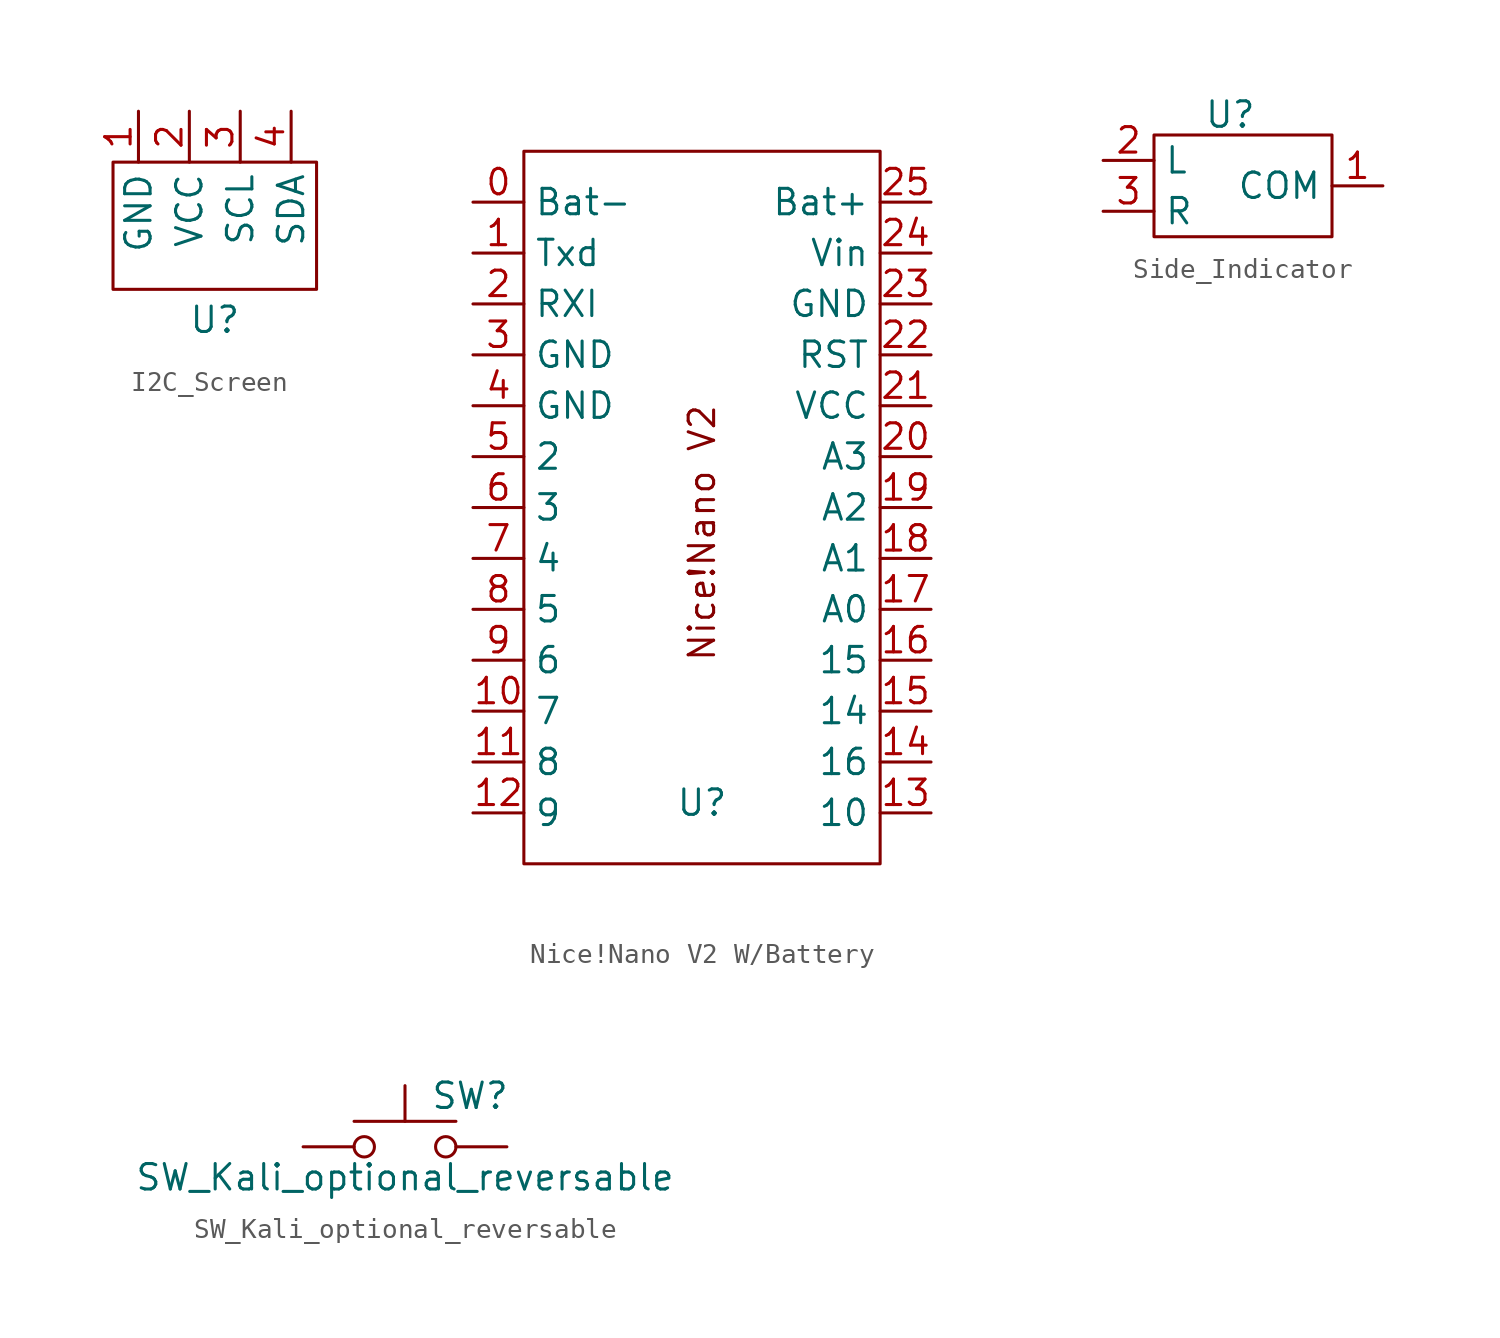
<source format=kicad_sym>
(kicad_symbol_lib
  (version 20231120)
  (generator "kicad_symbol_editor")
  (generator_version "8.0")
  (symbol "I2C_Screen"
    (property "Reference" "U"
      (at 0 -4.064 0)
      (effects (font (size 1.27 1.27))))
    (property "Value" ""
      (at 0 0 0)
      (effects (font (size 1.27 1.27))))
    (symbol "I2C_Screen_0_1"
      (rectangle (start -5.08 3.81) (end 5.08 -2.54) (stroke (width 0) (type default)) (fill (type none))))
    (symbol "I2C_Screen_1_1"
      (pin power_in line (at -3.81 6.35 270) (length 2.54) (name "GND" (effects (font (size 1.27 1.27)))) (number "1" (effects (font (size 1.27 1.27)))))
      (pin power_in line (at -1.27 6.35 270) (length 2.54) (name "VCC" (effects (font (size 1.27 1.27)))) (number "2" (effects (font (size 1.27 1.27)))))
      (pin input line (at 1.27 6.35 270) (length 2.54) (name "SCL" (effects (font (size 1.27 1.27)))) (number "3" (effects (font (size 1.27 1.27)))))
      (pin bidirectional line (at 3.81 6.35 270) (length 2.54) (name "SDA" (effects (font (size 1.27 1.27)))) (number "4" (effects (font (size 1.27 1.27)))))))
  (symbol "Nice!Nano V2 W/Battery"
    (property "Reference" "U"
      (at 0 -14.732 0)
      (effects (font (size 1.27 1.27))))
    (property "Value" ""
      (at 0 -1.27 0)
      (effects (font (size 1.27 1.27))))
    (symbol "Nice!Nano V2 W/Battery_0_1"
      (rectangle (start -8.89 17.78) (end 8.89 -17.78) (stroke (width 0) (type default)) (fill (type none))))
    (symbol "Nice!Nano V2 W/Battery_1_1"
      (text "Nice!Nano V2" (at 0 -1.27 900) (effects (font (size 1.27 1.27))))
      (pin power_in line (at -11.43 15.24 0) (length 2.54) (name "Bat-" (effects (font (size 1.27 1.27)))) (number "0" (effects (font (size 1.27 1.27)))))
      (pin bidirectional line (at -11.43 12.7 0) (length 2.54) (name "Txd" (effects (font (size 1.27 1.27)))) (number "1" (effects (font (size 1.27 1.27)))))
      (pin bidirectional line (at -11.43 -10.16 0) (length 2.54) (name "7" (effects (font (size 1.27 1.27)))) (number "10" (effects (font (size 1.27 1.27)))))
      (pin bidirectional line (at -11.43 -12.7 0) (length 2.54) (name "8" (effects (font (size 1.27 1.27)))) (number "11" (effects (font (size 1.27 1.27)))))
      (pin bidirectional line (at -11.43 -15.24 0) (length 2.54) (name "9" (effects (font (size 1.27 1.27)))) (number "12" (effects (font (size 1.27 1.27)))))
      (pin bidirectional line (at 11.43 -15.24 180) (length 2.54) (name "10" (effects (font (size 1.27 1.27)))) (number "13" (effects (font (size 1.27 1.27)))))
      (pin bidirectional line (at 11.43 -12.7 180) (length 2.54) (name "16" (effects (font (size 1.27 1.27)))) (number "14" (effects (font (size 1.27 1.27)))))
      (pin bidirectional line (at 11.43 -10.16 180) (length 2.54) (name "14" (effects (font (size 1.27 1.27)))) (number "15" (effects (font (size 1.27 1.27)))))
      (pin bidirectional line (at 11.43 -7.62 180) (length 2.54) (name "15" (effects (font (size 1.27 1.27)))) (number "16" (effects (font (size 1.27 1.27)))))
      (pin bidirectional line (at 11.43 -5.08 180) (length 2.54) (name "A0" (effects (font (size 1.27 1.27)))) (number "17" (effects (font (size 1.27 1.27)))))
      (pin bidirectional line (at 11.43 -2.54 180) (length 2.54) (name "A1" (effects (font (size 1.27 1.27)))) (number "18" (effects (font (size 1.27 1.27)))))
      (pin bidirectional line (at 11.43 0 180) (length 2.54) (name "A2" (effects (font (size 1.27 1.27)))) (number "19" (effects (font (size 1.27 1.27)))))
      (pin bidirectional line (at -11.43 10.16 0) (length 2.54) (name "RXI" (effects (font (size 1.27 1.27)))) (number "2" (effects (font (size 1.27 1.27)))))
      (pin bidirectional line (at 11.43 2.54 180) (length 2.54) (name "A3" (effects (font (size 1.27 1.27)))) (number "20" (effects (font (size 1.27 1.27)))))
      (pin power_out line (at 11.43 5.08 180) (length 2.54) (name "VCC" (effects (font (size 1.27 1.27)))) (number "21" (effects (font (size 1.27 1.27)))))
      (pin input line (at 11.43 7.62 180) (length 2.54) (name "RST" (effects (font (size 1.27 1.27)))) (number "22" (effects (font (size 1.27 1.27)))))
      (pin power_in line (at 11.43 10.16 180) (length 2.54) (name "GND" (effects (font (size 1.27 1.27)))) (number "23" (effects (font (size 1.27 1.27)))))
      (pin power_in line (at 11.43 12.7 180) (length 2.54) (name "Vin" (effects (font (size 1.27 1.27)))) (number "24" (effects (font (size 1.27 1.27)))))
      (pin power_in line (at 11.43 15.24 180) (length 2.54) (name "Bat+" (effects (font (size 1.27 1.27)))) (number "25" (effects (font (size 1.27 1.27)))))
      (pin power_out line (at -11.43 7.62 0) (length 2.54) (name "GND" (effects (font (size 1.27 1.27)))) (number "3" (effects (font (size 1.27 1.27)))))
      (pin power_out line (at -11.43 5.08 0) (length 2.54) (name "GND" (effects (font (size 1.27 1.27)))) (number "4" (effects (font (size 1.27 1.27)))))
      (pin bidirectional line (at -11.43 2.54 0) (length 2.54) (name "2" (effects (font (size 1.27 1.27)))) (number "5" (effects (font (size 1.27 1.27)))))
      (pin bidirectional line (at -11.43 0 0) (length 2.54) (name "3" (effects (font (size 1.27 1.27)))) (number "6" (effects (font (size 1.27 1.27)))))
      (pin bidirectional line (at -11.43 -2.54 0) (length 2.54) (name "4" (effects (font (size 1.27 1.27)))) (number "7" (effects (font (size 1.27 1.27)))))
      (pin bidirectional line (at -11.43 -5.08 0) (length 2.54) (name "5" (effects (font (size 1.27 1.27)))) (number "8" (effects (font (size 1.27 1.27)))))
      (pin bidirectional line (at -11.43 -7.62 0) (length 2.54) (name "6" (effects (font (size 1.27 1.27)))) (number "9" (effects (font (size 1.27 1.27)))))))
  (symbol "Side_Indicator"
    (property "Reference" "U"
      (at 0 3.556 0)
      (effects (font (size 1.27 1.27))))
    (property "Value" ""
      (at 0 0 0)
      (effects (font (size 1.27 1.27))))
    (symbol "Side_Indicator_0_1"
      (rectangle (start -3.81 2.54) (end 5.08 -2.54) (stroke (width 0) (type default)) (fill (type none))))
    (symbol "Side_Indicator_1_1"
      (pin bidirectional line (at 7.62 0 180) (length 2.54) (name "COM" (effects (font (size 1.27 1.27)))) (number "1" (effects (font (size 1.27 1.27)))))
      (pin bidirectional line (at -6.35 1.27 0) (length 2.54) (name "L" (effects (font (size 1.27 1.27)))) (number "2" (effects (font (size 1.27 1.27)))))
      (pin bidirectional line (at -6.35 -1.27 0) (length 2.54) (name "R" (effects (font (size 1.27 1.27)))) (number "3" (effects (font (size 1.27 1.27)))))))
  (symbol "SW_Kali_optional_reversable"
    (pin_numbers hide)
    (pin_names
      (offset 1.016) hide)
    (property "Reference" "SW"
      (at 1.27 2.54 0)
      (effects (font (size 1.27 1.27)) (justify left)))
    (property "Value" "SW_Kali_optional_reversable"
      (at 0 -1.524 0)
      (effects (font (size 1.27 1.27))))
    (symbol "SW_Kali_optional_reversable_0_1"
      (circle (center -2.032 0) (radius 0.508) (stroke (width 0) (type default)) (fill (type none)))
      (polyline (pts (xy 0 1.27) (xy 0 3.048)) (stroke (width 0) (type default)) (fill (type none)))
      (polyline (pts (xy 2.54 1.27) (xy -2.54 1.27)) (stroke (width 0) (type default)) (fill (type none)))
      (circle (center 2.032 0) (radius 0.508) (stroke (width 0) (type default)) (fill (type none)))
      (pin passive line (at -5.08 0 0) (length 2.54) (name "A" (effects (font (size 1.27 1.27)))) (number "1" (effects (font (size 1.27 1.27)))))
      (pin passive line (at 5.08 0 180) (length 2.54) (name "B" (effects (font (size 1.27 1.27)))) (number "2" (effects (font (size 1.27 1.27))))))
    (symbol "SW_Kali_optional_reversable_1_1"
      (pin passive line (at -5.08 0 0) (length 2.54) hide (name "A" (effects (font (size 1.27 1.27)))) (number "1" (effects (font (size 1.27 1.27)))))
      (pin passive line (at 5.08 0 180) (length 2.54) hide (name "B" (effects (font (size 1.27 1.27)))) (number "2" (effects (font (size 1.27 1.27))))))))
</source>
